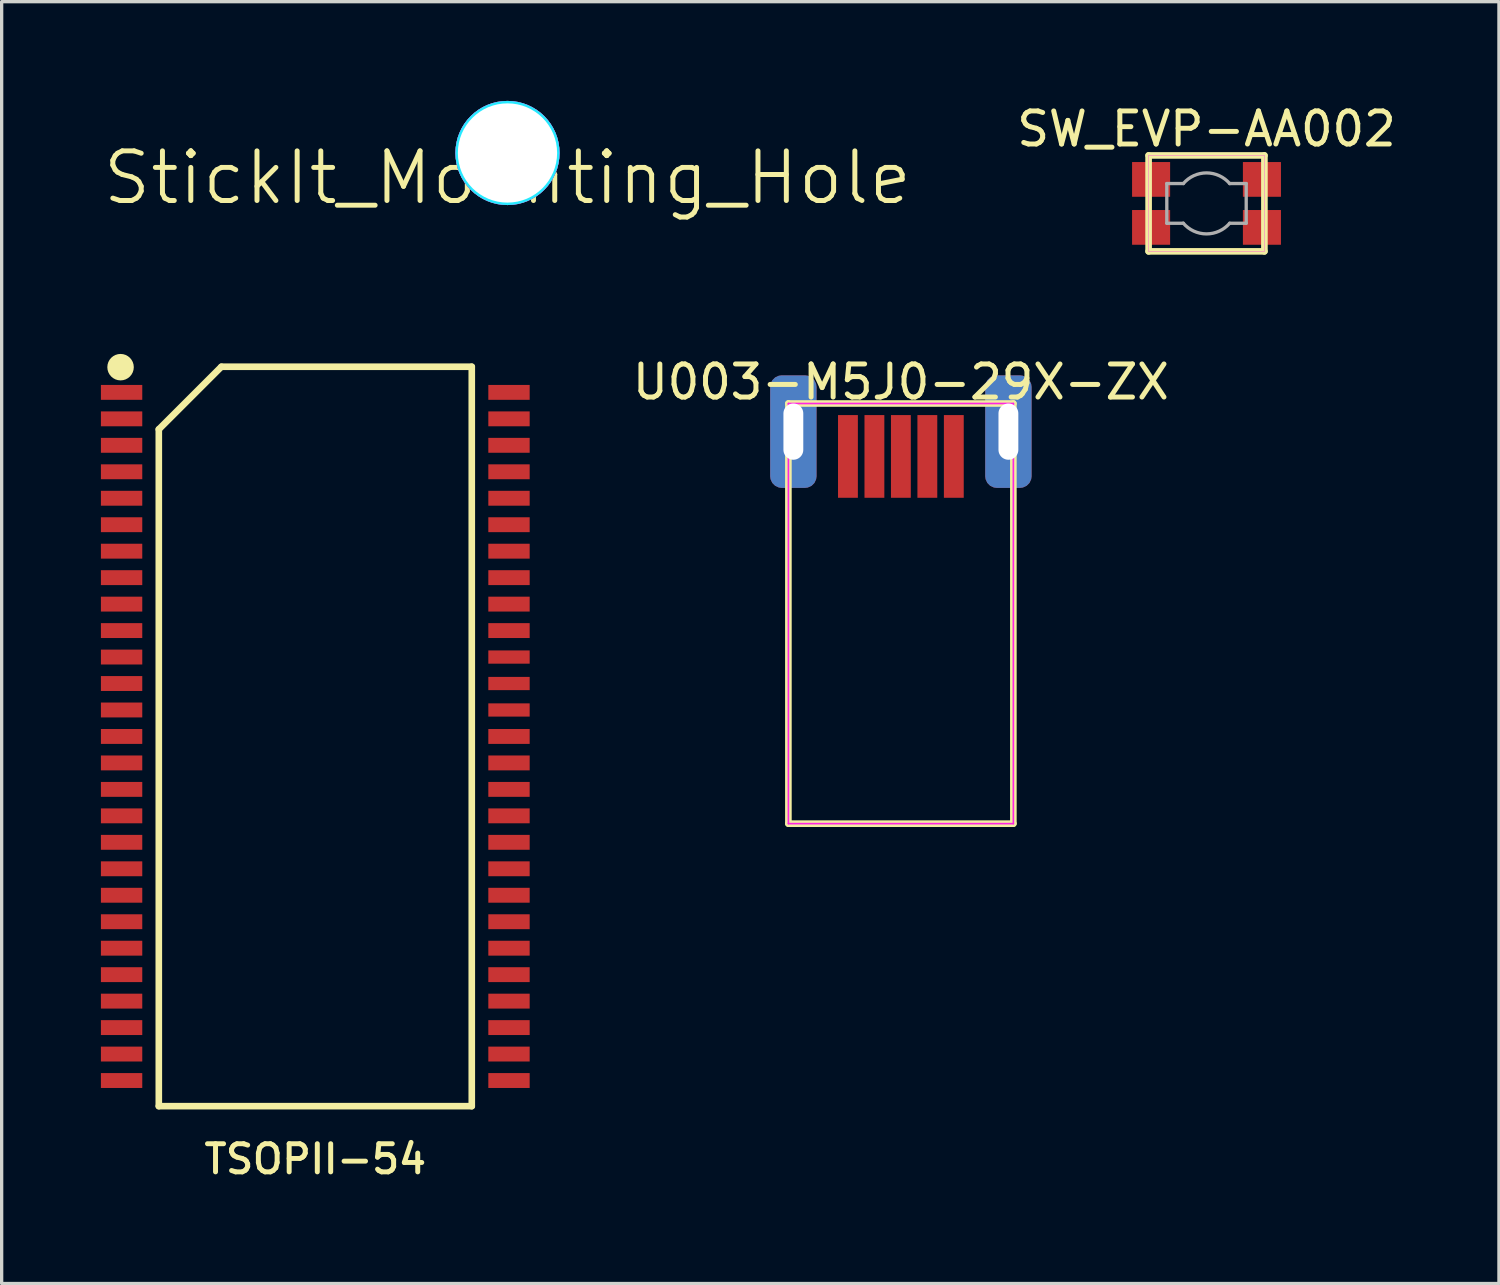
<source format=kicad_pcb>
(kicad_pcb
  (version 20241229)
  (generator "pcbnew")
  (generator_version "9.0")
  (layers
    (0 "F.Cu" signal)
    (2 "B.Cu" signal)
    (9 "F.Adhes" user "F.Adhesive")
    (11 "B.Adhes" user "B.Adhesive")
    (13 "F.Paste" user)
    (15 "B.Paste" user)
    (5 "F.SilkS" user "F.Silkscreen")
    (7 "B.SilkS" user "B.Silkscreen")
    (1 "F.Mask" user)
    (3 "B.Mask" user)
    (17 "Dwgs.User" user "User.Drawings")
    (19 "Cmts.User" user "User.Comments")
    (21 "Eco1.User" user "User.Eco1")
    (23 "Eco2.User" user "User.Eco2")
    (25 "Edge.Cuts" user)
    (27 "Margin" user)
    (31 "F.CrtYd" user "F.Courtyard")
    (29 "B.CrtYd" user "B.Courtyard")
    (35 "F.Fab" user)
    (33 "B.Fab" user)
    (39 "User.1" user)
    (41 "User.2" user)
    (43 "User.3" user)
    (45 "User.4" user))
  (footprint "TSOPII-54"
    (layer "F.Cu")
    (at 6.48 19.21)
    (property "Reference" "TSOPII-54" (at 0 12.775 0) (layer "F.SilkS") (effects (font (size 0.85 0.85) (thickness 0.15))))
    (attr through_hole)
    (fp_line (start -4.73 -9.283) (end -4.73 11.175) (stroke (width 0.2) (type solid)) (layer "F.SilkS"))
    (fp_line (start -4.73 11.175) (end 4.73 11.175) (stroke (width 0.2) (type solid)) (layer "F.SilkS"))
    (fp_line (start -2.838 -11.175) (end -4.73 -9.283) (stroke (width 0.2) (type solid)) (layer "F.SilkS"))
    (fp_line (start 4.73 -11.175) (end -2.838 -11.175) (stroke (width 0.2) (type solid)) (layer "F.SilkS"))
    (fp_line (start 4.73 11.175) (end 4.73 -11.175) (stroke (width 0.2) (type solid)) (layer "F.SilkS"))
    (fp_circle (center -5.886 -11.162) (end -5.886 -10.962) (stroke (width 0.4) (type solid)) (fill no) (layer "F.SilkS"))
    (pad "1" smd rect (at -5.605 -10.4) (size 1.25 0.45) (drill (offset -0.25 0)) (layers "F.Cu" "F.Mask" "F.Paste"))
    (pad "2" smd rect (at -5.605 -9.6) (size 1.25 0.45) (drill (offset -0.25 0)) (layers "F.Cu" "F.Mask" "F.Paste"))
    (pad "3" smd rect (at -5.605 -8.8) (size 1.25 0.45) (drill (offset -0.25 0)) (layers "F.Cu" "F.Mask" "F.Paste"))
    (pad "4" smd rect (at -5.605 -8) (size 1.25 0.45) (drill (offset -0.25 0)) (layers "F.Cu" "F.Mask" "F.Paste"))
    (pad "5" smd rect (at -5.605 -7.2) (size 1.25 0.45) (drill (offset -0.25 0)) (layers "F.Cu" "F.Mask" "F.Paste"))
    (pad "6" smd rect (at -5.605 -6.4) (size 1.25 0.45) (drill (offset -0.25 0)) (layers "F.Cu" "F.Mask" "F.Paste"))
    (pad "7" smd rect (at -5.605 -5.6) (size 1.25 0.45) (drill (offset -0.25 0)) (layers "F.Cu" "F.Mask" "F.Paste"))
    (pad "8" smd rect (at -5.605 -4.8) (size 1.25 0.45) (drill (offset -0.25 0)) (layers "F.Cu" "F.Mask" "F.Paste"))
    (pad "9" smd rect (at -5.605 -4) (size 1.25 0.45) (drill (offset -0.25 0)) (layers "F.Cu" "F.Mask" "F.Paste"))
    (pad "10" smd rect (at -5.605 -3.2) (size 1.25 0.45) (drill (offset -0.25 0)) (layers "F.Cu" "F.Mask" "F.Paste"))
    (pad "11" smd rect (at -5.605 -2.4) (size 1.25 0.45) (drill (offset -0.25 0)) (layers "F.Cu" "F.Mask" "F.Paste"))
    (pad "12" smd rect (at -5.605 -1.6) (size 1.25 0.45) (drill (offset -0.25 0)) (layers "F.Cu" "F.Mask" "F.Paste"))
    (pad "13" smd rect (at -5.605 -0.8) (size 1.25 0.45) (drill (offset -0.25 0)) (layers "F.Cu" "F.Mask" "F.Paste"))
    (pad "14" smd rect (at -5.605 0) (size 1.25 0.45) (drill (offset -0.25 0)) (layers "F.Cu" "F.Mask" "F.Paste"))
    (pad "15" smd rect (at -5.605 0.8) (size 1.25 0.45) (drill (offset -0.25 0)) (layers "F.Cu" "F.Mask" "F.Paste"))
    (pad "16" smd rect (at -5.605 1.6) (size 1.25 0.45) (drill (offset -0.25 0)) (layers "F.Cu" "F.Mask" "F.Paste"))
    (pad "17" smd rect (at -5.605 2.4) (size 1.25 0.45) (drill (offset -0.25 0)) (layers "F.Cu" "F.Mask" "F.Paste"))
    (pad "18" smd rect (at -5.605 3.2) (size 1.25 0.45) (drill (offset -0.25 0)) (layers "F.Cu" "F.Mask" "F.Paste"))
    (pad "19" smd rect (at -5.605 4) (size 1.25 0.45) (drill (offset -0.25 0)) (layers "F.Cu" "F.Mask" "F.Paste"))
    (pad "20" smd rect (at -5.605 4.8) (size 1.25 0.45) (drill (offset -0.25 0)) (layers "F.Cu" "F.Mask" "F.Paste"))
    (pad "21" smd rect (at -5.605 5.6) (size 1.25 0.45) (drill (offset -0.25 0)) (layers "F.Cu" "F.Mask" "F.Paste"))
    (pad "22" smd rect (at -5.605 6.4) (size 1.25 0.45) (drill (offset -0.25 0)) (layers "F.Cu" "F.Mask" "F.Paste"))
    (pad "23" smd rect (at -5.605 7.2) (size 1.25 0.45) (drill (offset -0.25 0)) (layers "F.Cu" "F.Mask" "F.Paste"))
    (pad "24" smd rect (at -5.605 8) (size 1.25 0.45) (drill (offset -0.25 0)) (layers "F.Cu" "F.Mask" "F.Paste"))
    (pad "25" smd rect (at -5.605 8.8) (size 1.25 0.45) (drill (offset -0.25 0)) (layers "F.Cu" "F.Mask" "F.Paste"))
    (pad "26" smd rect (at -5.605 9.6) (size 1.25 0.45) (drill (offset -0.25 0)) (layers "F.Cu" "F.Mask" "F.Paste"))
    (pad "27" smd rect (at -5.605 10.4) (size 1.25 0.45) (drill (offset -0.25 0)) (layers "F.Cu" "F.Mask" "F.Paste"))
    (pad "28" smd rect (at 5.605 10.4) (size 1.25 0.45) (drill (offset 0.25 0)) (layers "F.Cu" "F.Mask" "F.Paste"))
    (pad "29" smd rect (at 5.605 9.6) (size 1.25 0.45) (drill (offset 0.25 0)) (layers "F.Cu" "F.Mask" "F.Paste"))
    (pad "30" smd rect (at 5.605 8.8) (size 1.25 0.45) (drill (offset 0.25 0)) (layers "F.Cu" "F.Mask" "F.Paste"))
    (pad "31" smd rect (at 5.605 8) (size 1.25 0.45) (drill (offset 0.25 0)) (layers "F.Cu" "F.Mask" "F.Paste"))
    (pad "32" smd rect (at 5.605 7.2) (size 1.25 0.45) (drill (offset 0.25 0)) (layers "F.Cu" "F.Mask" "F.Paste"))
    (pad "33" smd rect (at 5.605 6.4) (size 1.25 0.45) (drill (offset 0.25 0)) (layers "F.Cu" "F.Mask" "F.Paste"))
    (pad "34" smd rect (at 5.605 5.6) (size 1.25 0.45) (drill (offset 0.25 0)) (layers "F.Cu" "F.Mask" "F.Paste"))
    (pad "35" smd rect (at 5.605 4.8) (size 1.25 0.45) (drill (offset 0.25 0)) (layers "F.Cu" "F.Mask" "F.Paste"))
    (pad "36" smd rect (at 5.605 4) (size 1.25 0.45) (drill (offset 0.25 0)) (layers "F.Cu" "F.Mask" "F.Paste"))
    (pad "37" smd rect (at 5.605 3.2) (size 1.25 0.45) (drill (offset 0.25 0)) (layers "F.Cu" "F.Mask" "F.Paste"))
    (pad "38" smd rect (at 5.605 2.4) (size 1.25 0.45) (drill (offset 0.25 0)) (layers "F.Cu" "F.Mask" "F.Paste"))
    (pad "39" smd rect (at 5.605 1.6) (size 1.25 0.45) (drill (offset 0.25 0)) (layers "F.Cu" "F.Mask" "F.Paste"))
    (pad "40" smd rect (at 5.605 0.8) (size 1.25 0.45) (drill (offset 0.25 0)) (layers "F.Cu" "F.Mask" "F.Paste"))
    (pad "41" smd rect (at 5.605 0) (size 1.25 0.45) (drill (offset 0.25 0)) (layers "F.Cu" "F.Mask" "F.Paste"))
    (pad "42" smd rect (at 5.605 -0.8) (size 1.25 0.4) (drill (offset 0.25 0)) (layers "F.Cu" "F.Mask" "F.Paste"))
    (pad "43" smd rect (at 5.605 -1.6) (size 1.25 0.4) (drill (offset 0.25 0)) (layers "F.Cu" "F.Mask" "F.Paste"))
    (pad "44" smd rect (at 5.605 -2.4) (size 1.25 0.4) (drill (offset 0.25 0)) (layers "F.Cu" "F.Mask" "F.Paste"))
    (pad "45" smd rect (at 5.605 -3.2) (size 1.25 0.45) (drill (offset 0.25 0)) (layers "F.Cu" "F.Mask" "F.Paste"))
    (pad "46" smd rect (at 5.605 -4) (size 1.25 0.45) (drill (offset 0.25 0)) (layers "F.Cu" "F.Mask" "F.Paste"))
    (pad "47" smd rect (at 5.605 -4.8) (size 1.25 0.45) (drill (offset 0.25 0)) (layers "F.Cu" "F.Mask" "F.Paste"))
    (pad "48" smd rect (at 5.605 -5.6) (size 1.25 0.45) (drill (offset 0.25 0)) (layers "F.Cu" "F.Mask" "F.Paste"))
    (pad "49" smd rect (at 5.605 -6.4) (size 1.25 0.45) (drill (offset 0.25 0)) (layers "F.Cu" "F.Mask" "F.Paste"))
    (pad "50" smd rect (at 5.605 -7.2) (size 1.25 0.45) (drill (offset 0.25 0)) (layers "F.Cu" "F.Mask" "F.Paste"))
    (pad "51" smd rect (at 5.605 -8) (size 1.25 0.45) (drill (offset 0.25 0)) (layers "F.Cu" "F.Mask" "F.Paste"))
    (pad "52" smd rect (at 5.605 -8.8) (size 1.25 0.45) (drill (offset 0.25 0)) (layers "F.Cu" "F.Mask" "F.Paste"))
    (pad "53" smd rect (at 5.605 -9.6) (size 1.25 0.45) (drill (offset 0.25 0)) (layers "F.Cu" "F.Mask" "F.Paste"))
    (pad "54" smd rect (at 5.605 -10.4) (size 1.25 0.45) (drill (offset 0.25 0)) (layers "F.Cu" "F.Mask" "F.Paste")))
  (footprint "StickIt_Mounting_Hole"
    (layer "F.Cu")
    (at 12.289 1.574)
    (property "Reference" "StickIt_Mounting_Hole" (at 0 0.75 0) (layer "F.SilkS") (effects (font (size 1.5 1.5) (thickness 0.15))))
    (attr through_hole)
    (fp_circle (center 0 0) (end 1.524 0) (stroke (width 0.1) (type solid)) (fill no) (layer "B.CrtYd"))
    (fp_circle (center 0 0) (end 1.524 0) (stroke (width 0.1) (type solid)) (fill no) (layer "F.CrtYd"))
    (fp_circle (center 0 0) (end 1.524 0) (stroke (width 0.1) (type solid)) (fill no) (layer "B.Fab"))
    (fp_circle (center 0 0) (end 1.524 0) (stroke (width 0.1) (type solid)) (fill no) (layer "F.Fab"))
    (pad "" np_thru_hole circle (at 0 0) (size 3 3) (drill 3) (layers "*.Cu")))
  (footprint "U003-M5J0-29X-ZX"
    (layer "F.Cu")
    (at 24.18 11.996)
    (property "Reference" "U003-M5J0-29X-ZX" (at 0 -3.5 0) (layer "F.SilkS") (effects (font (size 1 1) (thickness 0.15))))
    (attr through_hole)
    (fp_line (start -3.4 -2.85) (end -3.4 9.85) (stroke (width 0.2) (type solid)) (layer "F.SilkS"))
    (fp_line (start -3.4 9.85) (end 3.4 9.85) (stroke (width 0.2) (type solid)) (layer "F.SilkS"))
    (fp_line (start 3.4 -2.85) (end -3.4 -2.85) (stroke (width 0.2) (type solid)) (layer "F.SilkS"))
    (fp_line (start 3.4 9.85) (end 3.4 -2.85) (stroke (width 0.2) (type solid)) (layer "F.SilkS"))
    (fp_line (start -3.4 -2.85) (end -3.4 9.85) (stroke (width 0.05) (type solid)) (layer "F.CrtYd"))
    (fp_line (start -3.4 -2.85) (end 3.4 -2.85) (stroke (width 0.05) (type solid)) (layer "F.CrtYd"))
    (fp_line (start -3.4 9.85) (end 3.4 9.85) (stroke (width 0.05) (type solid)) (layer "F.CrtYd"))
    (fp_line (start 3.4 -2.85) (end 3.4 9.85) (stroke (width 0.05) (type solid)) (layer "F.CrtYd"))
    (pad "1" smd rect (at -1.6 -1.25) (size 0.6 2.5) (layers "F.Cu" "F.Mask" "F.Paste"))
    (pad "2" smd rect (at -0.8 -1.25) (size 0.6 2.5) (layers "F.Cu" "F.Mask" "F.Paste"))
    (pad "3" smd rect (at 0 -1.25) (size 0.6 2.5) (layers "F.Cu" "F.Mask" "F.Paste"))
    (pad "4" smd rect (at 0.8 -1.25) (size 0.6 2.5) (layers "F.Cu" "F.Mask" "F.Paste"))
    (pad "5" smd rect (at 1.6 -1.25) (size 0.6 2.5) (layers "F.Cu" "F.Mask" "F.Paste"))
    (pad "SH" thru_hole roundrect (at -3.25 -2) (size 1.4 3.4) (drill oval 0.6 1.7) (layers "*.Cu" "*.Mask") (roundrect_rratio 0.25))
    (pad "SH" thru_hole roundrect (at 3.25 -2) (size 1.4 3.4) (drill oval 0.6 1.7) (layers "*.Cu" "*.Mask") (roundrect_rratio 0.25)))
  (footprint "SW_EVP-AA002"
    (layer "F.Cu")
    (at 33.418 3.098)
    (property "Reference" "SW_EVP-AA002" (at 0 -2.25 0) (layer "F.SilkS") (effects (font (size 1 1) (thickness 0.15))))
    (attr through_hole)
    (fp_line (start -1.75 -1.45) (end -1.75 1.45) (stroke (width 0.2) (type solid)) (layer "F.SilkS"))
    (fp_line (start -1.75 1.45) (end 1.75 1.45) (stroke (width 0.2) (type solid)) (layer "F.SilkS"))
    (fp_line (start 1.75 -1.45) (end -1.75 -1.45) (stroke (width 0.2) (type solid)) (layer "F.SilkS"))
    (fp_line (start 1.75 1.45) (end 1.75 -1.45) (stroke (width 0.2) (type solid)) (layer "F.SilkS"))
    (fp_line (start -0.1 1.45) (end -0.1 1.45) (stroke (width 0.01) (type solid)) (layer "B.CrtYd"))
    (fp_line (start -1.75 -1.45) (end -1.75 1.45) (stroke (width 0.01) (type solid)) (layer "F.CrtYd"))
    (fp_line (start -1.75 1.45) (end 1.75 1.45) (stroke (width 0.01) (type solid)) (layer "F.CrtYd"))
    (fp_line (start 1.75 -1.45) (end -1.75 -1.45) (stroke (width 0.01) (type solid)) (layer "F.CrtYd"))
    (fp_line (start 1.75 1.45) (end 1.75 -1.45) (stroke (width 0.01) (type solid)) (layer "F.CrtYd"))
    (fp_line (start -1.2 -0.6) (end -1.2 0.6) (stroke (width 0.1) (type solid)) (layer "F.Fab"))
    (fp_line (start -1.2 0.6) (end -0.7 0.6) (stroke (width 0.1) (type solid)) (layer "F.Fab"))
    (fp_line (start -0.7 -0.6) (end -1.2 -0.6) (stroke (width 0.1) (type solid)) (layer "F.Fab"))
    (fp_line (start 0.7 0.6) (end 1.2 0.6) (stroke (width 0.1) (type solid)) (layer "F.Fab"))
    (fp_line (start 1.2 -0.6) (end 0.7 -0.6) (stroke (width 0.1) (type solid)) (layer "F.Fab"))
    (fp_line (start 1.2 0.6) (end 1.2 -0.6) (stroke (width 0.1) (type solid)) (layer "F.Fab"))
    (fp_arc (start -0.7 -0.6) (mid 0.00163 -0.921953) (end 0.702117 -0.597521) (stroke (width 0.1) (type solid)) (layer "F.Fab"))
    (fp_arc (start 0.7 0.6) (mid -0.00163 0.921953) (end -0.702117 0.597521) (stroke (width 0.1) (type solid)) (layer "F.Fab"))
    (pad "1" smd rect (at -1.675 -0.725) (size 1.15 1.05) (layers "F.Cu" "F.Mask" "F.Paste"))
    (pad "1" smd rect (at 1.675 -0.725) (size 1.15 1.05) (layers "F.Cu" "F.Mask" "F.Paste"))
    (pad "2" smd rect (at -1.675 0.725) (size 1.15 1.05) (layers "F.Cu" "F.Mask" "F.Paste"))
    (pad "2" smd rect (at 1.675 0.725) (size 1.15 1.05) (layers "F.Cu" "F.Mask" "F.Paste")))
  (gr_rect
    (start -3 -3)
    (end 42.257 35.746)
    (stroke (width 0.1) (type default))
    (fill no)
    (layer "Edge.Cuts")))
</source>
